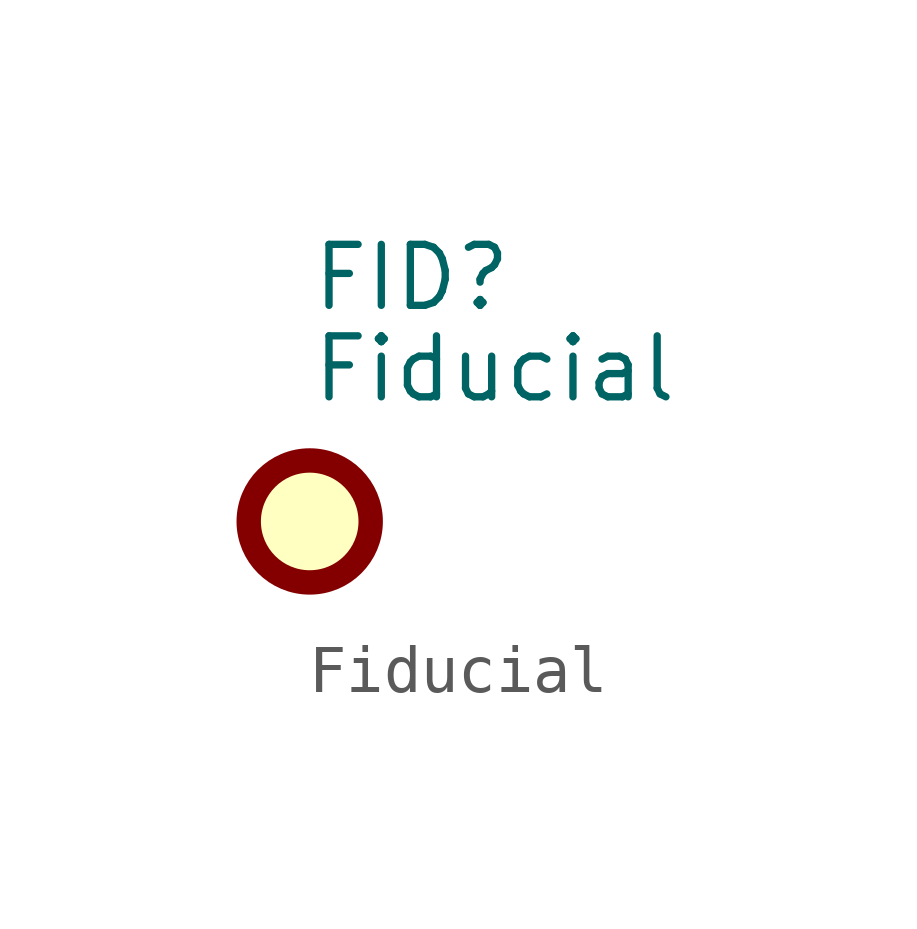
<source format=kicad_sym>
(kicad_symbol_lib
  (version 20231120)
  (generator "kicad_symbol_editor")
  (generator_version "8.0")
  (symbol "Fiducial"
    (property "Reference" "FID"
      (at 0 5.08 0)
      (effects (font (size 1.27 1.27)) (justify left)))
    (property "Value" "Fiducial"
      (at 0 3.175 0)
      (effects (font (size 1.27 1.27)) (justify left)))
    (symbol "Fiducial_0_1"
      (circle (center 0 0) (radius 1.27) (stroke (width 0.508) (type default)) (fill (type background))))))
</source>
